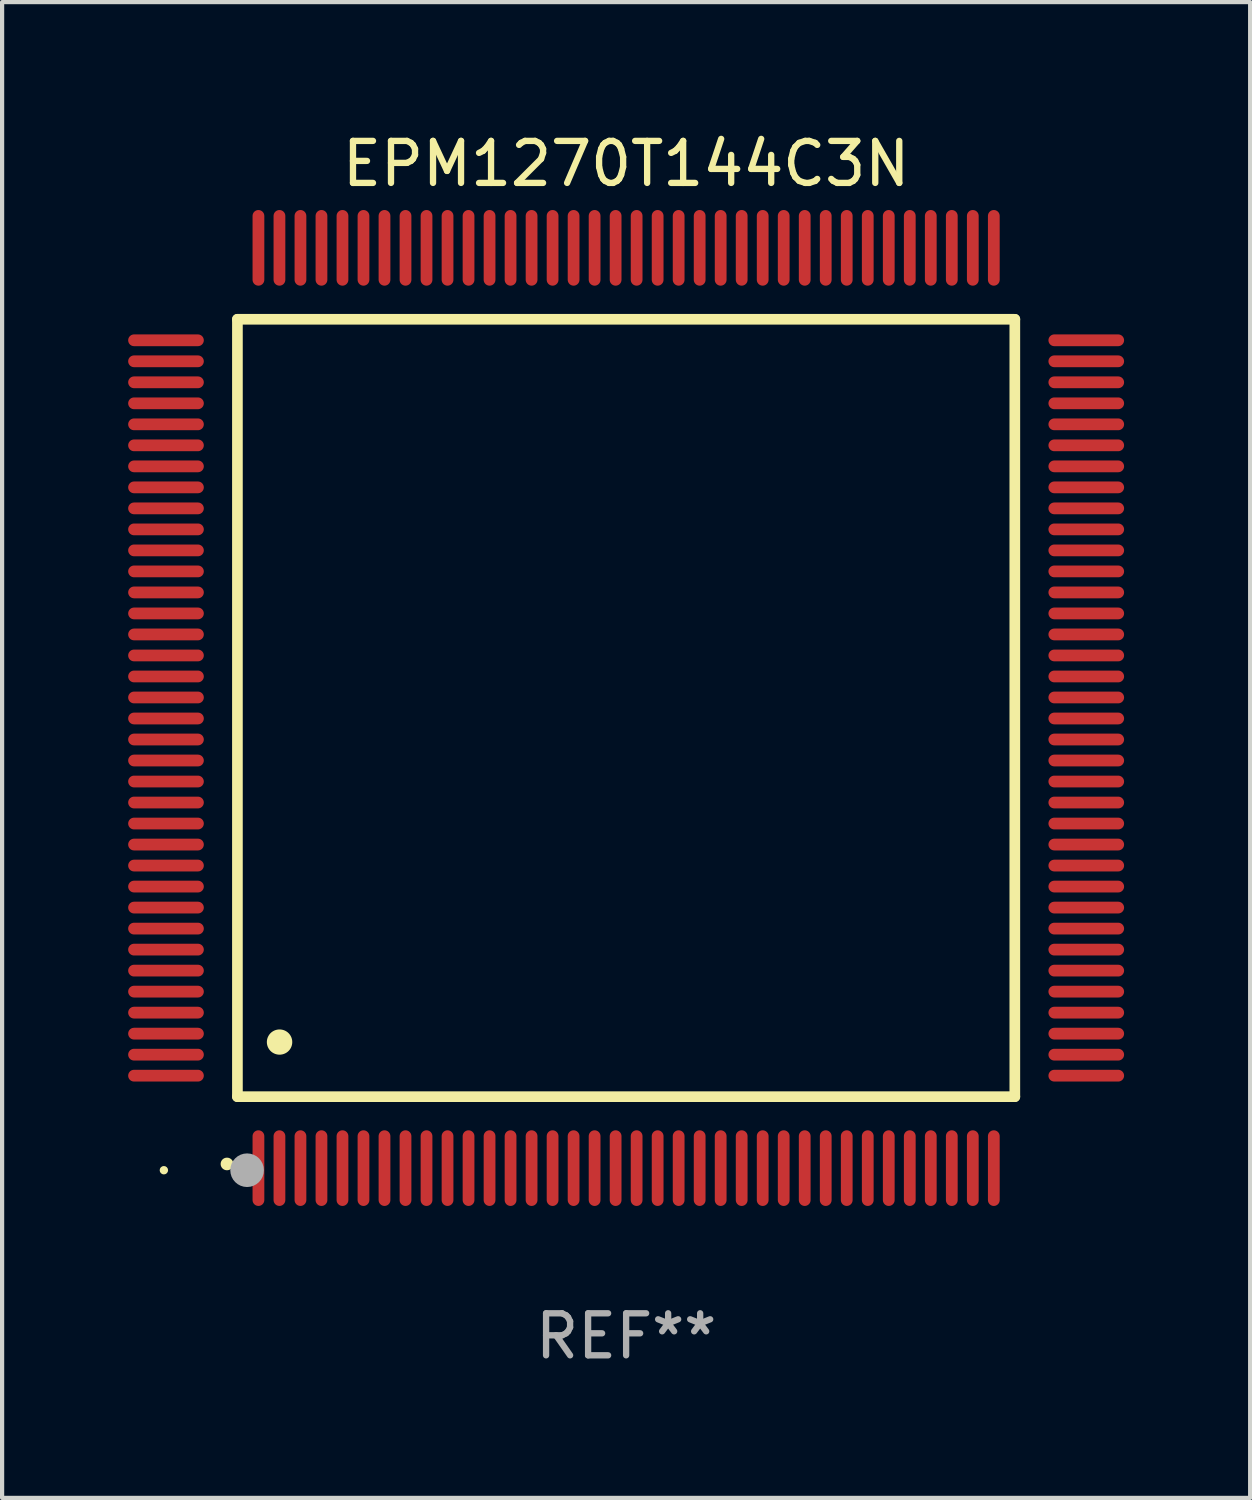
<source format=kicad_pcb>
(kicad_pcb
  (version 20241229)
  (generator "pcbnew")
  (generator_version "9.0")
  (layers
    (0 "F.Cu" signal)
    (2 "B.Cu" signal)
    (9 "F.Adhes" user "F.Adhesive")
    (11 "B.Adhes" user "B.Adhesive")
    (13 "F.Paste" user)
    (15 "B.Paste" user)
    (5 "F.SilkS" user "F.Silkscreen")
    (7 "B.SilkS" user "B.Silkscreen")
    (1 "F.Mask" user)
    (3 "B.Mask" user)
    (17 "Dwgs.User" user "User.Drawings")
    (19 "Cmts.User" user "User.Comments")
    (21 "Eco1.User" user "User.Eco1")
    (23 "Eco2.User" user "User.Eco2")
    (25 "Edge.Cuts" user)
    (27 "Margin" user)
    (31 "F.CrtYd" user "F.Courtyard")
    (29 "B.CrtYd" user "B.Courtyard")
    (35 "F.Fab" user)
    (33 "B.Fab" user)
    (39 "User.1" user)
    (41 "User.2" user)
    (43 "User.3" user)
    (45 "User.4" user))
  (footprint "EPM1270T144C3N"
    (layer "F.Cu")
    (at 11.85 13.798)
    (property "Reference" "EPM1270T144C3N" (at 0 -12.95 0) (layer "F.SilkS") (effects (font (size 1 1) (thickness 0.15))))
    (attr through_hole)
    (fp_line (start -9.25 -9.25) (end -9.25 9.25) (stroke (width 0.254) (type solid)) (layer "F.SilkS"))
    (fp_line (start -9.25 9.25) (end 9.25 9.25) (stroke (width 0.254) (type solid)) (layer "F.SilkS"))
    (fp_line (start 9.25 -9.25) (end -9.25 -9.25) (stroke (width 0.254) (type solid)) (layer "F.SilkS"))
    (fp_line (start 9.25 9.25) (end 9.25 -9.25) (stroke (width 0.254) (type solid)) (layer "F.SilkS"))
    (fp_arc (start -9.499619 10.850902) (mid -9.498349 10.850897) (end -9.497079 10.850902) (stroke (width 0.3) (type solid)) (layer "F.SilkS"))
    (fp_arc (start -8.249936 7.950216) (mid -8.247396 7.950205) (end -8.244856 7.950216) (stroke (width 0.6) (type solid)) (layer "F.SilkS"))
    (fp_circle (center -11 11) (end -10.95 11) (stroke (width 0.1) (type solid)) (fill no) (layer "F.SilkS"))
    (fp_circle (center -9.02 11) (end -8.82 11) (stroke (width 0.4) (type solid)) (fill no) (layer "F.Fab"))
    (fp_text user "REF**" (at 0 14.95 0) (layer "F.Fab") (effects (font (size 1 1) (thickness 0.15))))
    (pad "1" smd oval (at -8.75 10.95) (size 0.28 1.8) (layers "F.Cu" "F.Mask" "F.Paste"))
    (pad "2" smd oval (at -8.25 10.95) (size 0.28 1.8) (layers "F.Cu" "F.Mask" "F.Paste"))
    (pad "3" smd oval (at -7.75 10.95) (size 0.28 1.8) (layers "F.Cu" "F.Mask" "F.Paste"))
    (pad "4" smd oval (at -7.25 10.95) (size 0.28 1.8) (layers "F.Cu" "F.Mask" "F.Paste"))
    (pad "5" smd oval (at -6.75 10.95) (size 0.28 1.8) (layers "F.Cu" "F.Mask" "F.Paste"))
    (pad "6" smd oval (at -6.25 10.95) (size 0.28 1.8) (layers "F.Cu" "F.Mask" "F.Paste"))
    (pad "7" smd oval (at -5.75 10.95) (size 0.28 1.8) (layers "F.Cu" "F.Mask" "F.Paste"))
    (pad "8" smd oval (at -5.25 10.95) (size 0.28 1.8) (layers "F.Cu" "F.Mask" "F.Paste"))
    (pad "9" smd oval (at -4.75 10.95) (size 0.28 1.8) (layers "F.Cu" "F.Mask" "F.Paste"))
    (pad "10" smd oval (at -4.25 10.95) (size 0.28 1.8) (layers "F.Cu" "F.Mask" "F.Paste"))
    (pad "11" smd oval (at -3.75 10.95) (size 0.28 1.8) (layers "F.Cu" "F.Mask" "F.Paste"))
    (pad "12" smd oval (at -3.25 10.95) (size 0.28 1.8) (layers "F.Cu" "F.Mask" "F.Paste"))
    (pad "13" smd oval (at -2.75 10.95) (size 0.28 1.8) (layers "F.Cu" "F.Mask" "F.Paste"))
    (pad "14" smd oval (at -2.25 10.95) (size 0.28 1.8) (layers "F.Cu" "F.Mask" "F.Paste"))
    (pad "15" smd oval (at -1.75 10.95) (size 0.28 1.8) (layers "F.Cu" "F.Mask" "F.Paste"))
    (pad "16" smd oval (at -1.25 10.95) (size 0.28 1.8) (layers "F.Cu" "F.Mask" "F.Paste"))
    (pad "17" smd oval (at -0.75 10.95) (size 0.28 1.8) (layers "F.Cu" "F.Mask" "F.Paste"))
    (pad "18" smd oval (at -0.25 10.95) (size 0.28 1.8) (layers "F.Cu" "F.Mask" "F.Paste"))
    (pad "19" smd oval (at 0.25 10.95) (size 0.28 1.8) (layers "F.Cu" "F.Mask" "F.Paste"))
    (pad "20" smd oval (at 0.75 10.95) (size 0.28 1.8) (layers "F.Cu" "F.Mask" "F.Paste"))
    (pad "21" smd oval (at 1.25 10.95) (size 0.28 1.8) (layers "F.Cu" "F.Mask" "F.Paste"))
    (pad "22" smd oval (at 1.75 10.95) (size 0.28 1.8) (layers "F.Cu" "F.Mask" "F.Paste"))
    (pad "23" smd oval (at 2.25 10.95) (size 0.28 1.8) (layers "F.Cu" "F.Mask" "F.Paste"))
    (pad "24" smd oval (at 2.75 10.95) (size 0.28 1.8) (layers "F.Cu" "F.Mask" "F.Paste"))
    (pad "25" smd oval (at 3.25 10.95) (size 0.28 1.8) (layers "F.Cu" "F.Mask" "F.Paste"))
    (pad "26" smd oval (at 3.75 10.95) (size 0.28 1.8) (layers "F.Cu" "F.Mask" "F.Paste"))
    (pad "27" smd oval (at 4.25 10.95) (size 0.28 1.8) (layers "F.Cu" "F.Mask" "F.Paste"))
    (pad "28" smd oval (at 4.75 10.95) (size 0.28 1.8) (layers "F.Cu" "F.Mask" "F.Paste"))
    (pad "29" smd oval (at 5.25 10.95) (size 0.28 1.8) (layers "F.Cu" "F.Mask" "F.Paste"))
    (pad "30" smd oval (at 5.75 10.95) (size 0.28 1.8) (layers "F.Cu" "F.Mask" "F.Paste"))
    (pad "31" smd oval (at 6.25 10.95) (size 0.28 1.8) (layers "F.Cu" "F.Mask" "F.Paste"))
    (pad "32" smd oval (at 6.75 10.95) (size 0.28 1.8) (layers "F.Cu" "F.Mask" "F.Paste"))
    (pad "33" smd oval (at 7.25 10.95) (size 0.28 1.8) (layers "F.Cu" "F.Mask" "F.Paste"))
    (pad "34" smd oval (at 7.75 10.95) (size 0.28 1.8) (layers "F.Cu" "F.Mask" "F.Paste"))
    (pad "35" smd oval (at 8.25 10.95) (size 0.28 1.8) (layers "F.Cu" "F.Mask" "F.Paste"))
    (pad "36" smd oval (at 8.75 10.95) (size 0.28 1.8) (layers "F.Cu" "F.Mask" "F.Paste"))
    (pad "37" smd oval (at 10.95 8.75) (size 1.8 0.28) (layers "F.Cu" "F.Mask" "F.Paste"))
    (pad "38" smd oval (at 10.95 8.25) (size 1.8 0.28) (layers "F.Cu" "F.Mask" "F.Paste"))
    (pad "39" smd oval (at 10.95 7.75) (size 1.8 0.28) (layers "F.Cu" "F.Mask" "F.Paste"))
    (pad "40" smd oval (at 10.95 7.25) (size 1.8 0.28) (layers "F.Cu" "F.Mask" "F.Paste"))
    (pad "41" smd oval (at 10.95 6.75) (size 1.8 0.28) (layers "F.Cu" "F.Mask" "F.Paste"))
    (pad "42" smd oval (at 10.95 6.25) (size 1.8 0.28) (layers "F.Cu" "F.Mask" "F.Paste"))
    (pad "43" smd oval (at 10.95 5.75) (size 1.8 0.28) (layers "F.Cu" "F.Mask" "F.Paste"))
    (pad "44" smd oval (at 10.95 5.25) (size 1.8 0.28) (layers "F.Cu" "F.Mask" "F.Paste"))
    (pad "45" smd oval (at 10.95 4.75) (size 1.8 0.28) (layers "F.Cu" "F.Mask" "F.Paste"))
    (pad "46" smd oval (at 10.95 4.25) (size 1.8 0.28) (layers "F.Cu" "F.Mask" "F.Paste"))
    (pad "47" smd oval (at 10.95 3.75) (size 1.8 0.28) (layers "F.Cu" "F.Mask" "F.Paste"))
    (pad "48" smd oval (at 10.95 3.25) (size 1.8 0.28) (layers "F.Cu" "F.Mask" "F.Paste"))
    (pad "49" smd oval (at 10.95 2.75) (size 1.8 0.28) (layers "F.Cu" "F.Mask" "F.Paste"))
    (pad "50" smd oval (at 10.95 2.25) (size 1.8 0.28) (layers "F.Cu" "F.Mask" "F.Paste"))
    (pad "51" smd oval (at 10.95 1.75) (size 1.8 0.28) (layers "F.Cu" "F.Mask" "F.Paste"))
    (pad "52" smd oval (at 10.95 1.25) (size 1.8 0.28) (layers "F.Cu" "F.Mask" "F.Paste"))
    (pad "53" smd oval (at 10.95 0.75) (size 1.8 0.28) (layers "F.Cu" "F.Mask" "F.Paste"))
    (pad "54" smd oval (at 10.95 0.25) (size 1.8 0.28) (layers "F.Cu" "F.Mask" "F.Paste"))
    (pad "55" smd oval (at 10.95 -0.25) (size 1.8 0.28) (layers "F.Cu" "F.Mask" "F.Paste"))
    (pad "56" smd oval (at 10.95 -0.75) (size 1.8 0.28) (layers "F.Cu" "F.Mask" "F.Paste"))
    (pad "57" smd oval (at 10.95 -1.25) (size 1.8 0.28) (layers "F.Cu" "F.Mask" "F.Paste"))
    (pad "58" smd oval (at 10.95 -1.75) (size 1.8 0.28) (layers "F.Cu" "F.Mask" "F.Paste"))
    (pad "59" smd oval (at 10.95 -2.25) (size 1.8 0.28) (layers "F.Cu" "F.Mask" "F.Paste"))
    (pad "60" smd oval (at 10.95 -2.75) (size 1.8 0.28) (layers "F.Cu" "F.Mask" "F.Paste"))
    (pad "61" smd oval (at 10.95 -3.25) (size 1.8 0.28) (layers "F.Cu" "F.Mask" "F.Paste"))
    (pad "62" smd oval (at 10.95 -3.75) (size 1.8 0.28) (layers "F.Cu" "F.Mask" "F.Paste"))
    (pad "63" smd oval (at 10.95 -4.25) (size 1.8 0.28) (layers "F.Cu" "F.Mask" "F.Paste"))
    (pad "64" smd oval (at 10.95 -4.75) (size 1.8 0.28) (layers "F.Cu" "F.Mask" "F.Paste"))
    (pad "65" smd oval (at 10.95 -5.25) (size 1.8 0.28) (layers "F.Cu" "F.Mask" "F.Paste"))
    (pad "66" smd oval (at 10.95 -5.75) (size 1.8 0.28) (layers "F.Cu" "F.Mask" "F.Paste"))
    (pad "67" smd oval (at 10.95 -6.25) (size 1.8 0.28) (layers "F.Cu" "F.Mask" "F.Paste"))
    (pad "68" smd oval (at 10.95 -6.75) (size 1.8 0.28) (layers "F.Cu" "F.Mask" "F.Paste"))
    (pad "69" smd oval (at 10.95 -7.25) (size 1.8 0.28) (layers "F.Cu" "F.Mask" "F.Paste"))
    (pad "70" smd oval (at 10.95 -7.75) (size 1.8 0.28) (layers "F.Cu" "F.Mask" "F.Paste"))
    (pad "71" smd oval (at 10.95 -8.25) (size 1.8 0.28) (layers "F.Cu" "F.Mask" "F.Paste"))
    (pad "72" smd oval (at 10.95 -8.75) (size 1.8 0.28) (layers "F.Cu" "F.Mask" "F.Paste"))
    (pad "73" smd oval (at 8.75 -10.95) (size 0.28 1.8) (layers "F.Cu" "F.Mask" "F.Paste"))
    (pad "74" smd oval (at 8.25 -10.95) (size 0.28 1.8) (layers "F.Cu" "F.Mask" "F.Paste"))
    (pad "75" smd oval (at 7.75 -10.95) (size 0.28 1.8) (layers "F.Cu" "F.Mask" "F.Paste"))
    (pad "76" smd oval (at 7.25 -10.95) (size 0.28 1.8) (layers "F.Cu" "F.Mask" "F.Paste"))
    (pad "77" smd oval (at 6.75 -10.95) (size 0.28 1.8) (layers "F.Cu" "F.Mask" "F.Paste"))
    (pad "78" smd oval (at 6.25 -10.95) (size 0.28 1.8) (layers "F.Cu" "F.Mask" "F.Paste"))
    (pad "79" smd oval (at 5.75 -10.95) (size 0.28 1.8) (layers "F.Cu" "F.Mask" "F.Paste"))
    (pad "80" smd oval (at 5.25 -10.95) (size 0.28 1.8) (layers "F.Cu" "F.Mask" "F.Paste"))
    (pad "81" smd oval (at 4.75 -10.95) (size 0.28 1.8) (layers "F.Cu" "F.Mask" "F.Paste"))
    (pad "82" smd oval (at 4.25 -10.95) (size 0.28 1.8) (layers "F.Cu" "F.Mask" "F.Paste"))
    (pad "83" smd oval (at 3.75 -10.95) (size 0.28 1.8) (layers "F.Cu" "F.Mask" "F.Paste"))
    (pad "84" smd oval (at 3.25 -10.95) (size 0.28 1.8) (layers "F.Cu" "F.Mask" "F.Paste"))
    (pad "85" smd oval (at 2.75 -10.95) (size 0.28 1.8) (layers "F.Cu" "F.Mask" "F.Paste"))
    (pad "86" smd oval (at 2.25 -10.95) (size 0.28 1.8) (layers "F.Cu" "F.Mask" "F.Paste"))
    (pad "87" smd oval (at 1.75 -10.95) (size 0.28 1.8) (layers "F.Cu" "F.Mask" "F.Paste"))
    (pad "88" smd oval (at 1.25 -10.95) (size 0.28 1.8) (layers "F.Cu" "F.Mask" "F.Paste"))
    (pad "89" smd oval (at 0.75 -10.95) (size 0.28 1.8) (layers "F.Cu" "F.Mask" "F.Paste"))
    (pad "90" smd oval (at 0.25 -10.95) (size 0.28 1.8) (layers "F.Cu" "F.Mask" "F.Paste"))
    (pad "91" smd oval (at -0.25 -10.95) (size 0.28 1.8) (layers "F.Cu" "F.Mask" "F.Paste"))
    (pad "92" smd oval (at -0.75 -10.95) (size 0.28 1.8) (layers "F.Cu" "F.Mask" "F.Paste"))
    (pad "93" smd oval (at -1.25 -10.95) (size 0.28 1.8) (layers "F.Cu" "F.Mask" "F.Paste"))
    (pad "94" smd oval (at -1.75 -10.95) (size 0.28 1.8) (layers "F.Cu" "F.Mask" "F.Paste"))
    (pad "95" smd oval (at -2.25 -10.95) (size 0.28 1.8) (layers "F.Cu" "F.Mask" "F.Paste"))
    (pad "96" smd oval (at -2.75 -10.95) (size 0.28 1.8) (layers "F.Cu" "F.Mask" "F.Paste"))
    (pad "97" smd oval (at -3.25 -10.95) (size 0.28 1.8) (layers "F.Cu" "F.Mask" "F.Paste"))
    (pad "98" smd oval (at -3.75 -10.95) (size 0.28 1.8) (layers "F.Cu" "F.Mask" "F.Paste"))
    (pad "99" smd oval (at -4.25 -10.95) (size 0.28 1.8) (layers "F.Cu" "F.Mask" "F.Paste"))
    (pad "100" smd oval (at -4.75 -10.95) (size 0.28 1.8) (layers "F.Cu" "F.Mask" "F.Paste"))
    (pad "101" smd oval (at -5.25 -10.95) (size 0.28 1.8) (layers "F.Cu" "F.Mask" "F.Paste"))
    (pad "102" smd oval (at -5.75 -10.95) (size 0.28 1.8) (layers "F.Cu" "F.Mask" "F.Paste"))
    (pad "103" smd oval (at -6.25 -10.95) (size 0.28 1.8) (layers "F.Cu" "F.Mask" "F.Paste"))
    (pad "104" smd oval (at -6.75 -10.95) (size 0.28 1.8) (layers "F.Cu" "F.Mask" "F.Paste"))
    (pad "105" smd oval (at -7.25 -10.95) (size 0.28 1.8) (layers "F.Cu" "F.Mask" "F.Paste"))
    (pad "106" smd oval (at -7.75 -10.95) (size 0.28 1.8) (layers "F.Cu" "F.Mask" "F.Paste"))
    (pad "107" smd oval (at -8.25 -10.95) (size 0.28 1.8) (layers "F.Cu" "F.Mask" "F.Paste"))
    (pad "108" smd oval (at -8.75 -10.95) (size 0.28 1.8) (layers "F.Cu" "F.Mask" "F.Paste"))
    (pad "109" smd oval (at -10.95 -8.75) (size 1.8 0.28) (layers "F.Cu" "F.Mask" "F.Paste"))
    (pad "110" smd oval (at -10.95 -8.25) (size 1.8 0.28) (layers "F.Cu" "F.Mask" "F.Paste"))
    (pad "111" smd oval (at -10.95 -7.75) (size 1.8 0.28) (layers "F.Cu" "F.Mask" "F.Paste"))
    (pad "112" smd oval (at -10.95 -7.25) (size 1.8 0.28) (layers "F.Cu" "F.Mask" "F.Paste"))
    (pad "113" smd oval (at -10.95 -6.75) (size 1.8 0.28) (layers "F.Cu" "F.Mask" "F.Paste"))
    (pad "114" smd oval (at -10.95 -6.25) (size 1.8 0.28) (layers "F.Cu" "F.Mask" "F.Paste"))
    (pad "115" smd oval (at -10.95 -5.75) (size 1.8 0.28) (layers "F.Cu" "F.Mask" "F.Paste"))
    (pad "116" smd oval (at -10.95 -5.25) (size 1.8 0.28) (layers "F.Cu" "F.Mask" "F.Paste"))
    (pad "117" smd oval (at -10.95 -4.75) (size 1.8 0.28) (layers "F.Cu" "F.Mask" "F.Paste"))
    (pad "118" smd oval (at -10.95 -4.25) (size 1.8 0.28) (layers "F.Cu" "F.Mask" "F.Paste"))
    (pad "119" smd oval (at -10.95 -3.75) (size 1.8 0.28) (layers "F.Cu" "F.Mask" "F.Paste"))
    (pad "120" smd oval (at -10.95 -3.25) (size 1.8 0.28) (layers "F.Cu" "F.Mask" "F.Paste"))
    (pad "121" smd oval (at -10.95 -2.75) (size 1.8 0.28) (layers "F.Cu" "F.Mask" "F.Paste"))
    (pad "122" smd oval (at -10.95 -2.25) (size 1.8 0.28) (layers "F.Cu" "F.Mask" "F.Paste"))
    (pad "123" smd oval (at -10.95 -1.75) (size 1.8 0.28) (layers "F.Cu" "F.Mask" "F.Paste"))
    (pad "124" smd oval (at -10.95 -1.25) (size 1.8 0.28) (layers "F.Cu" "F.Mask" "F.Paste"))
    (pad "125" smd oval (at -10.95 -0.75) (size 1.8 0.28) (layers "F.Cu" "F.Mask" "F.Paste"))
    (pad "126" smd oval (at -10.95 -0.25) (size 1.8 0.28) (layers "F.Cu" "F.Mask" "F.Paste"))
    (pad "127" smd oval (at -10.95 0.25) (size 1.8 0.28) (layers "F.Cu" "F.Mask" "F.Paste"))
    (pad "128" smd oval (at -10.95 0.75) (size 1.8 0.28) (layers "F.Cu" "F.Mask" "F.Paste"))
    (pad "129" smd oval (at -10.95 1.25) (size 1.8 0.28) (layers "F.Cu" "F.Mask" "F.Paste"))
    (pad "130" smd oval (at -10.95 1.75) (size 1.8 0.28) (layers "F.Cu" "F.Mask" "F.Paste"))
    (pad "131" smd oval (at -10.95 2.25) (size 1.8 0.28) (layers "F.Cu" "F.Mask" "F.Paste"))
    (pad "132" smd oval (at -10.95 2.75) (size 1.8 0.28) (layers "F.Cu" "F.Mask" "F.Paste"))
    (pad "133" smd oval (at -10.95 3.25) (size 1.8 0.28) (layers "F.Cu" "F.Mask" "F.Paste"))
    (pad "134" smd oval (at -10.95 3.75) (size 1.8 0.28) (layers "F.Cu" "F.Mask" "F.Paste"))
    (pad "135" smd oval (at -10.95 4.25) (size 1.8 0.28) (layers "F.Cu" "F.Mask" "F.Paste"))
    (pad "136" smd oval (at -10.95 4.75) (size 1.8 0.28) (layers "F.Cu" "F.Mask" "F.Paste"))
    (pad "137" smd oval (at -10.95 5.25) (size 1.8 0.28) (layers "F.Cu" "F.Mask" "F.Paste"))
    (pad "138" smd oval (at -10.95 5.75) (size 1.8 0.28) (layers "F.Cu" "F.Mask" "F.Paste"))
    (pad "139" smd oval (at -10.95 6.25) (size 1.8 0.28) (layers "F.Cu" "F.Mask" "F.Paste"))
    (pad "140" smd oval (at -10.95 6.75) (size 1.8 0.28) (layers "F.Cu" "F.Mask" "F.Paste"))
    (pad "141" smd oval (at -10.95 7.25) (size 1.8 0.28) (layers "F.Cu" "F.Mask" "F.Paste"))
    (pad "142" smd oval (at -10.95 7.75) (size 1.8 0.28) (layers "F.Cu" "F.Mask" "F.Paste"))
    (pad "143" smd oval (at -10.95 8.25) (size 1.8 0.28) (layers "F.Cu" "F.Mask" "F.Paste"))
    (pad "144" smd oval (at -10.95 8.75) (size 1.8 0.28) (layers "F.Cu" "F.Mask" "F.Paste")))
  (gr_rect
    (start -3 -3)
    (end 26.7 32.596)
    (stroke (width 0.1) (type default))
    (fill no)
    (layer "Edge.Cuts")))
</source>
